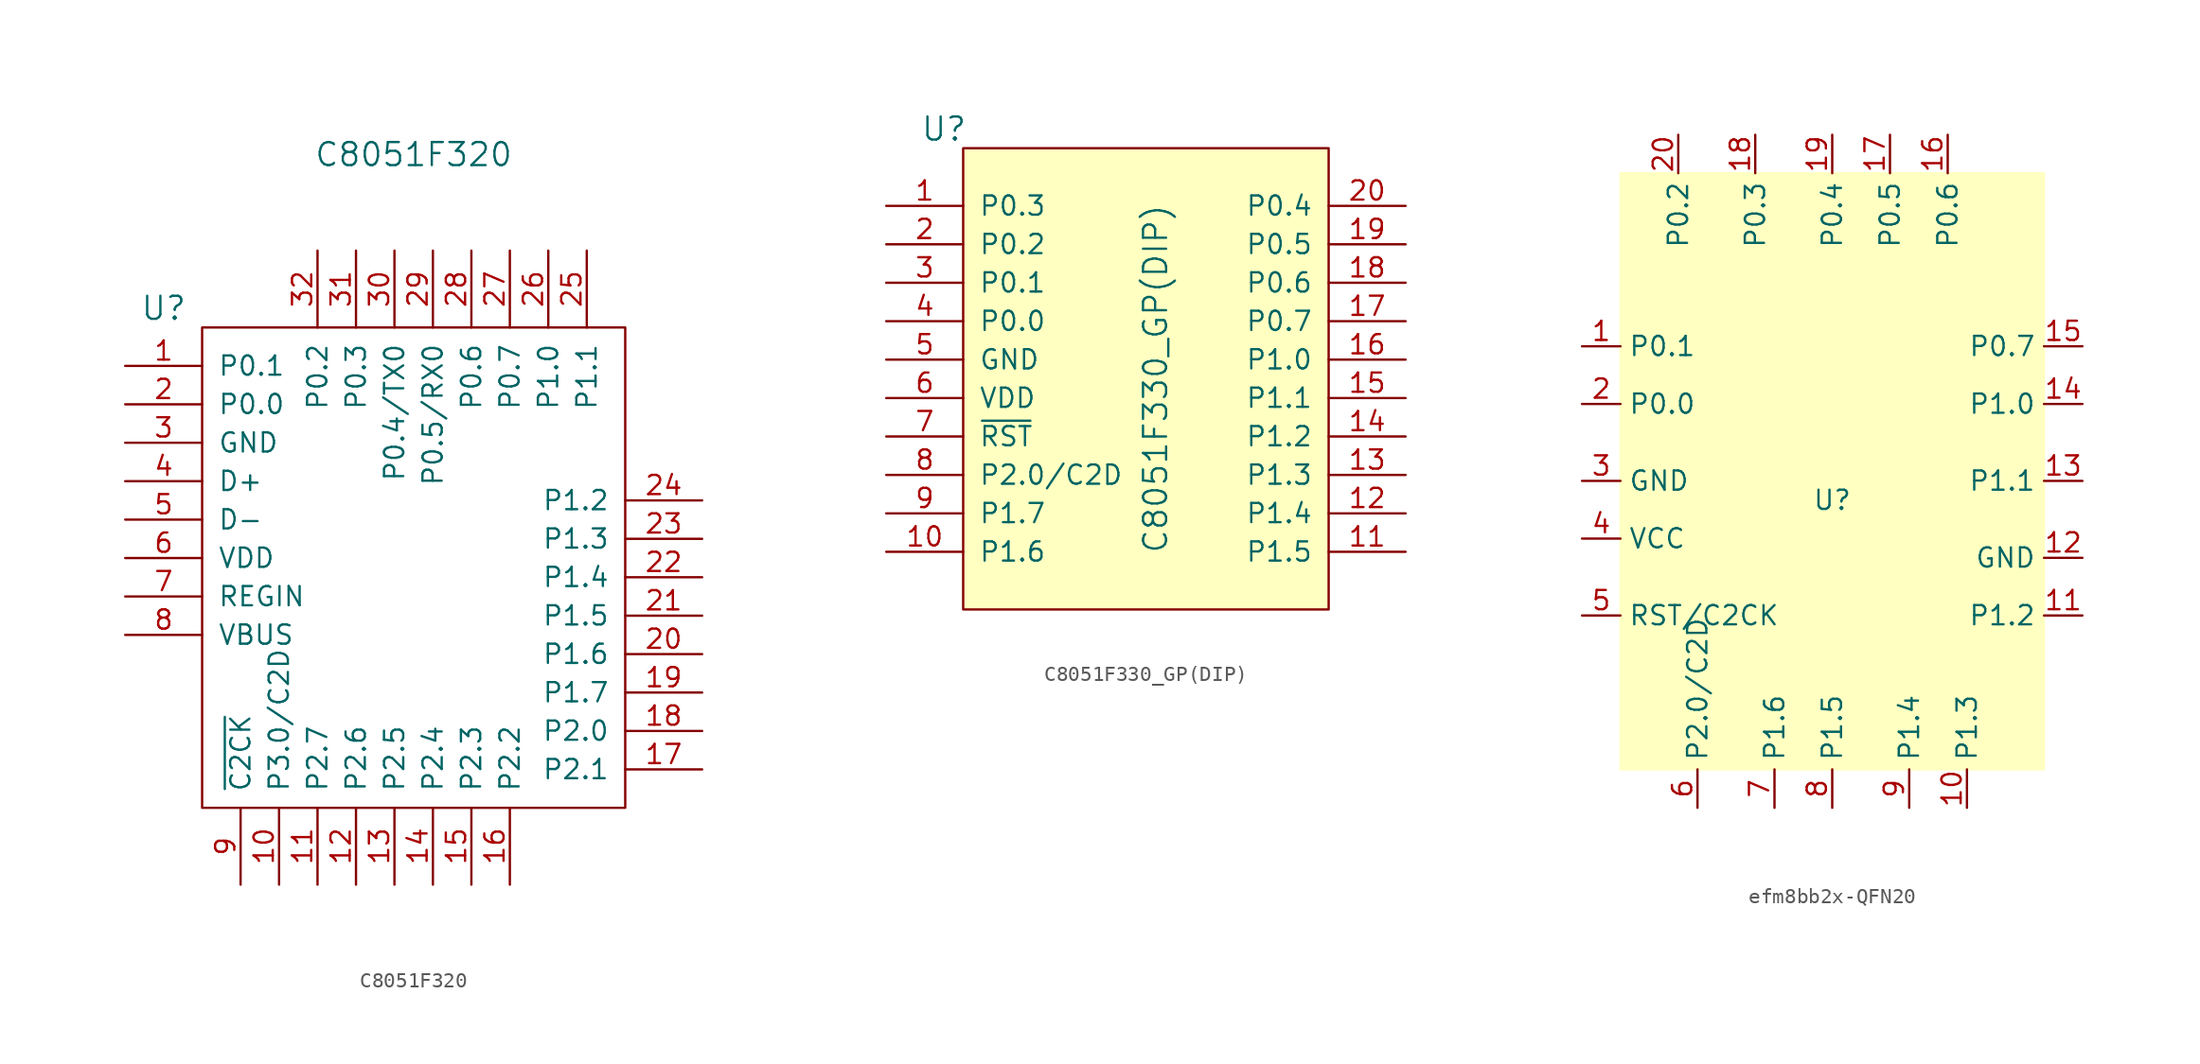
<source format=kicad_sym>
(kicad_symbol_lib
  (version 20231120)
  (generator "kicad_symbol_editor")
  (generator_version "8.0")
  (symbol "C8051F320"
    (pin_names
      (offset 1.016))
    (property "Reference" "U"
      (at -16.51 19.05 0)
      (effects (font (size 1.524 1.524))))
    (property "Value" "C8051F320"
      (at 0 29.21 0)
      (effects (font (size 1.524 1.524))))
    (symbol "C8051F320_0_1"
      (rectangle (start -13.97 17.78) (end 13.97 -13.97) (stroke (width 0) (type default)) (fill (type none))))
    (symbol "C8051F320_1_1"
      (pin bidirectional line (at -19.05 15.24 0) (length 5.08) (name "P0.1" (effects (font (size 1.27 1.27)))) (number "1" (effects (font (size 1.27 1.27)))))
      (pin bidirectional line (at -8.89 -19.05 90) (length 5.08) (name "P3.0/C2D" (effects (font (size 1.27 1.27)))) (number "10" (effects (font (size 1.27 1.27)))))
      (pin bidirectional line (at -6.35 -19.05 90) (length 5.08) (name "P2.7" (effects (font (size 1.27 1.27)))) (number "11" (effects (font (size 1.27 1.27)))))
      (pin bidirectional line (at -3.81 -19.05 90) (length 5.08) (name "P2.6" (effects (font (size 1.27 1.27)))) (number "12" (effects (font (size 1.27 1.27)))))
      (pin bidirectional line (at -1.27 -19.05 90) (length 5.08) (name "P2.5" (effects (font (size 1.27 1.27)))) (number "13" (effects (font (size 1.27 1.27)))))
      (pin bidirectional line (at 1.27 -19.05 90) (length 5.08) (name "P2.4" (effects (font (size 1.27 1.27)))) (number "14" (effects (font (size 1.27 1.27)))))
      (pin bidirectional line (at 3.81 -19.05 90) (length 5.08) (name "P2.3" (effects (font (size 1.27 1.27)))) (number "15" (effects (font (size 1.27 1.27)))))
      (pin bidirectional line (at 6.35 -19.05 90) (length 5.08) (name "P2.2" (effects (font (size 1.27 1.27)))) (number "16" (effects (font (size 1.27 1.27)))))
      (pin bidirectional line (at 19.05 -11.43 180) (length 5.08) (name "P2.1" (effects (font (size 1.27 1.27)))) (number "17" (effects (font (size 1.27 1.27)))))
      (pin bidirectional line (at 19.05 -8.89 180) (length 5.08) (name "P2.0" (effects (font (size 1.27 1.27)))) (number "18" (effects (font (size 1.27 1.27)))))
      (pin bidirectional line (at 19.05 -6.35 180) (length 5.08) (name "P1.7" (effects (font (size 1.27 1.27)))) (number "19" (effects (font (size 1.27 1.27)))))
      (pin bidirectional line (at -19.05 12.7 0) (length 5.08) (name "P0.0" (effects (font (size 1.27 1.27)))) (number "2" (effects (font (size 1.27 1.27)))))
      (pin bidirectional line (at 19.05 -3.81 180) (length 5.08) (name "P1.6" (effects (font (size 1.27 1.27)))) (number "20" (effects (font (size 1.27 1.27)))))
      (pin bidirectional line (at 19.05 -1.27 180) (length 5.08) (name "P1.5" (effects (font (size 1.27 1.27)))) (number "21" (effects (font (size 1.27 1.27)))))
      (pin bidirectional line (at 19.05 1.27 180) (length 5.08) (name "P1.4" (effects (font (size 1.27 1.27)))) (number "22" (effects (font (size 1.27 1.27)))))
      (pin bidirectional line (at 19.05 3.81 180) (length 5.08) (name "P1.3" (effects (font (size 1.27 1.27)))) (number "23" (effects (font (size 1.27 1.27)))))
      (pin bidirectional line (at 19.05 6.35 180) (length 5.08) (name "P1.2" (effects (font (size 1.27 1.27)))) (number "24" (effects (font (size 1.27 1.27)))))
      (pin bidirectional line (at 11.43 22.86 270) (length 5.08) (name "P1.1" (effects (font (size 1.27 1.27)))) (number "25" (effects (font (size 1.27 1.27)))))
      (pin bidirectional line (at 8.89 22.86 270) (length 5.08) (name "P1.0" (effects (font (size 1.27 1.27)))) (number "26" (effects (font (size 1.27 1.27)))))
      (pin bidirectional line (at 6.35 22.86 270) (length 5.08) (name "P0.7" (effects (font (size 1.27 1.27)))) (number "27" (effects (font (size 1.27 1.27)))))
      (pin bidirectional line (at 3.81 22.86 270) (length 5.08) (name "P0.6" (effects (font (size 1.27 1.27)))) (number "28" (effects (font (size 1.27 1.27)))))
      (pin bidirectional line (at 1.27 22.86 270) (length 5.08) (name "P0.5/RX0" (effects (font (size 1.27 1.27)))) (number "29" (effects (font (size 1.27 1.27)))))
      (pin power_in line (at -19.05 10.16 0) (length 5.08) (name "GND" (effects (font (size 1.27 1.27)))) (number "3" (effects (font (size 1.27 1.27)))))
      (pin bidirectional line (at -1.27 22.86 270) (length 5.08) (name "P0.4/TX0" (effects (font (size 1.27 1.27)))) (number "30" (effects (font (size 1.27 1.27)))))
      (pin bidirectional line (at -3.81 22.86 270) (length 5.08) (name "P0.3" (effects (font (size 1.27 1.27)))) (number "31" (effects (font (size 1.27 1.27)))))
      (pin bidirectional line (at -6.35 22.86 270) (length 5.08) (name "P0.2" (effects (font (size 1.27 1.27)))) (number "32" (effects (font (size 1.27 1.27)))))
      (pin bidirectional line (at -19.05 7.62 0) (length 5.08) (name "D+" (effects (font (size 1.27 1.27)))) (number "4" (effects (font (size 1.27 1.27)))))
      (pin bidirectional line (at -19.05 5.08 0) (length 5.08) (name "D-" (effects (font (size 1.27 1.27)))) (number "5" (effects (font (size 1.27 1.27)))))
      (pin power_in line (at -19.05 2.54 0) (length 5.08) (name "VDD" (effects (font (size 1.27 1.27)))) (number "6" (effects (font (size 1.27 1.27)))))
      (pin power_in line (at -19.05 0 0) (length 5.08) (name "REGIN" (effects (font (size 1.27 1.27)))) (number "7" (effects (font (size 1.27 1.27)))))
      (pin power_in line (at -19.05 -2.54 0) (length 5.08) (name "VBUS" (effects (font (size 1.27 1.27)))) (number "8" (effects (font (size 1.27 1.27)))))
      (pin bidirectional line (at -11.43 -19.05 90) (length 5.08) (name "~{C2CK}" (effects (font (size 1.27 1.27)))) (number "9" (effects (font (size 1.27 1.27)))))))
  (symbol "C8051F330_GP(DIP)"
    (pin_names
      (offset 1.016))
    (property "Reference" "U"
      (at -13.97 16.51 0)
      (effects (font (size 1.524 1.524))))
    (property "Value" "C8051F330_GP(DIP)"
      (at 0 0 90)
      (effects (font (size 1.524 1.524))))
    (symbol "C8051F330_GP(DIP)_0_1"
      (rectangle (start -12.7 -15.24) (end 11.43 15.24) (stroke (width 0) (type default)) (fill (type background))))
    (symbol "C8051F330_GP(DIP)_1_1"
      (pin bidirectional line (at -17.78 11.43 0) (length 5.08) (name "P0.3" (effects (font (size 1.27 1.27)))) (number "1" (effects (font (size 1.27 1.27)))))
      (pin bidirectional line (at -17.78 -11.43 0) (length 5.08) (name "P1.6" (effects (font (size 1.27 1.27)))) (number "10" (effects (font (size 1.27 1.27)))))
      (pin bidirectional line (at 16.51 -11.43 180) (length 5.08) (name "P1.5" (effects (font (size 1.27 1.27)))) (number "11" (effects (font (size 1.27 1.27)))))
      (pin bidirectional line (at 16.51 -8.89 180) (length 5.08) (name "P1.4" (effects (font (size 1.27 1.27)))) (number "12" (effects (font (size 1.27 1.27)))))
      (pin bidirectional line (at 16.51 -6.35 180) (length 5.08) (name "P1.3" (effects (font (size 1.27 1.27)))) (number "13" (effects (font (size 1.27 1.27)))))
      (pin bidirectional line (at 16.51 -3.81 180) (length 5.08) (name "P1.2" (effects (font (size 1.27 1.27)))) (number "14" (effects (font (size 1.27 1.27)))))
      (pin bidirectional line (at 16.51 -1.27 180) (length 5.08) (name "P1.1" (effects (font (size 1.27 1.27)))) (number "15" (effects (font (size 1.27 1.27)))))
      (pin bidirectional line (at 16.51 1.27 180) (length 5.08) (name "P1.0" (effects (font (size 1.27 1.27)))) (number "16" (effects (font (size 1.27 1.27)))))
      (pin bidirectional line (at 16.51 3.81 180) (length 5.08) (name "P0.7" (effects (font (size 1.27 1.27)))) (number "17" (effects (font (size 1.27 1.27)))))
      (pin bidirectional line (at 16.51 6.35 180) (length 5.08) (name "P0.6" (effects (font (size 1.27 1.27)))) (number "18" (effects (font (size 1.27 1.27)))))
      (pin bidirectional line (at 16.51 8.89 180) (length 5.08) (name "P0.5" (effects (font (size 1.27 1.27)))) (number "19" (effects (font (size 1.27 1.27)))))
      (pin bidirectional line (at -17.78 8.89 0) (length 5.08) (name "P0.2" (effects (font (size 1.27 1.27)))) (number "2" (effects (font (size 1.27 1.27)))))
      (pin bidirectional line (at 16.51 11.43 180) (length 5.08) (name "P0.4" (effects (font (size 1.27 1.27)))) (number "20" (effects (font (size 1.27 1.27)))))
      (pin bidirectional line (at -17.78 6.35 0) (length 5.08) (name "P0.1" (effects (font (size 1.27 1.27)))) (number "3" (effects (font (size 1.27 1.27)))))
      (pin bidirectional line (at -17.78 3.81 0) (length 5.08) (name "P0.0" (effects (font (size 1.27 1.27)))) (number "4" (effects (font (size 1.27 1.27)))))
      (pin power_in line (at -17.78 1.27 0) (length 5.08) (name "GND" (effects (font (size 1.27 1.27)))) (number "5" (effects (font (size 1.27 1.27)))))
      (pin power_in line (at -17.78 -1.27 0) (length 5.08) (name "VDD" (effects (font (size 1.27 1.27)))) (number "6" (effects (font (size 1.27 1.27)))))
      (pin input line (at -17.78 -3.81 0) (length 5.08) (name "~{RST}" (effects (font (size 1.27 1.27)))) (number "7" (effects (font (size 1.27 1.27)))))
      (pin bidirectional line (at -17.78 -6.35 0) (length 5.08) (name "P2.0/C2D" (effects (font (size 1.27 1.27)))) (number "8" (effects (font (size 1.27 1.27)))))
      (pin bidirectional line (at -17.78 -8.89 0) (length 5.08) (name "P1.7" (effects (font (size 1.27 1.27)))) (number "9" (effects (font (size 1.27 1.27)))))))
  (symbol "efm8bb2x-QFN20"
    (property "Reference" "U"
      (at 0 -1.27 0)
      (effects (font (size 1.27 1.27))))
    (property "Value" ""
      (at 0 -1.27 0)
      (effects (font (size 1.27 1.27))))
    (symbol "efm8bb2x-QFN20_1_0"
      (pin bidirectional line (at -16.51 8.89 0) (length 2.54) (name "P0.1" (effects (font (size 1.27 1.27)))) (number "1" (effects (font (size 1.27 1.27)))))
      (pin bidirectional line (at 8.89 -21.59 90) (length 2.54) (name "P1.3" (effects (font (size 1.27 1.27)))) (number "10" (effects (font (size 1.27 1.27)))))
      (pin bidirectional line (at 16.51 -8.89 180) (length 2.54) (name "P1.2" (effects (font (size 1.27 1.27)))) (number "11" (effects (font (size 1.27 1.27)))))
      (pin bidirectional line (at 16.51 -5.08 180) (length 2.54) (name "GND" (effects (font (size 1.27 1.27)))) (number "12" (effects (font (size 1.27 1.27)))))
      (pin bidirectional line (at 16.51 0 180) (length 2.54) (name "P1.1" (effects (font (size 1.27 1.27)))) (number "13" (effects (font (size 1.27 1.27)))))
      (pin bidirectional line (at 16.51 5.08 180) (length 2.54) (name "P1.0" (effects (font (size 1.27 1.27)))) (number "14" (effects (font (size 1.27 1.27)))))
      (pin bidirectional line (at 16.51 8.89 180) (length 2.54) (name "P0.7" (effects (font (size 1.27 1.27)))) (number "15" (effects (font (size 1.27 1.27)))))
      (pin bidirectional line (at 7.62 22.86 270) (length 2.54) (name "P0.6" (effects (font (size 1.27 1.27)))) (number "16" (effects (font (size 1.27 1.27)))))
      (pin bidirectional line (at 3.81 22.86 270) (length 2.54) (name "P0.5" (effects (font (size 1.27 1.27)))) (number "17" (effects (font (size 1.27 1.27)))))
      (pin bidirectional line (at -5.08 22.86 270) (length 2.54) (name "P0.3" (effects (font (size 1.27 1.27)))) (number "18" (effects (font (size 1.27 1.27)))))
      (pin bidirectional line (at 0 22.86 270) (length 2.54) (name "P0.4" (effects (font (size 1.27 1.27)))) (number "19" (effects (font (size 1.27 1.27)))))
      (pin bidirectional line (at -16.51 5.08 0) (length 2.54) (name "P0.0" (effects (font (size 1.27 1.27)))) (number "2" (effects (font (size 1.27 1.27)))))
      (pin bidirectional line (at -10.16 22.86 270) (length 2.54) (name "P0.2" (effects (font (size 1.27 1.27)))) (number "20" (effects (font (size 1.27 1.27)))))
      (pin bidirectional line (at -16.51 0 0) (length 2.54) (name "GND" (effects (font (size 1.27 1.27)))) (number "3" (effects (font (size 1.27 1.27)))))
      (pin bidirectional line (at -16.51 -3.81 0) (length 2.54) (name "VCC" (effects (font (size 1.27 1.27)))) (number "4" (effects (font (size 1.27 1.27)))))
      (pin bidirectional line (at -16.51 -8.89 0) (length 2.54) (name "RST/C2CK" (effects (font (size 1.27 1.27)))) (number "5" (effects (font (size 1.27 1.27)))))
      (pin bidirectional line (at -8.89 -21.59 90) (length 2.54) (name "P2.0/C2D" (effects (font (size 1.27 1.27)))) (number "6" (effects (font (size 1.27 1.27)))))
      (pin bidirectional line (at -3.81 -21.59 90) (length 2.54) (name "P1.6" (effects (font (size 1.27 1.27)))) (number "7" (effects (font (size 1.27 1.27)))))
      (pin bidirectional line (at 0 -21.59 90) (length 2.54) (name "P1.5" (effects (font (size 1.27 1.27)))) (number "8" (effects (font (size 1.27 1.27)))))
      (pin bidirectional line (at 5.08 -21.59 90) (length 2.54) (name "P1.4" (effects (font (size 1.27 1.27)))) (number "9" (effects (font (size 1.27 1.27))))))
    (symbol "efm8bb2x-QFN20_1_1"
      (rectangle (start -13.97 20.32) (end 13.97 -19.05) (stroke (width 0) (type default) (color 255 255 194 1)) (fill (type color) (color 255 255 194 1))))))
</source>
